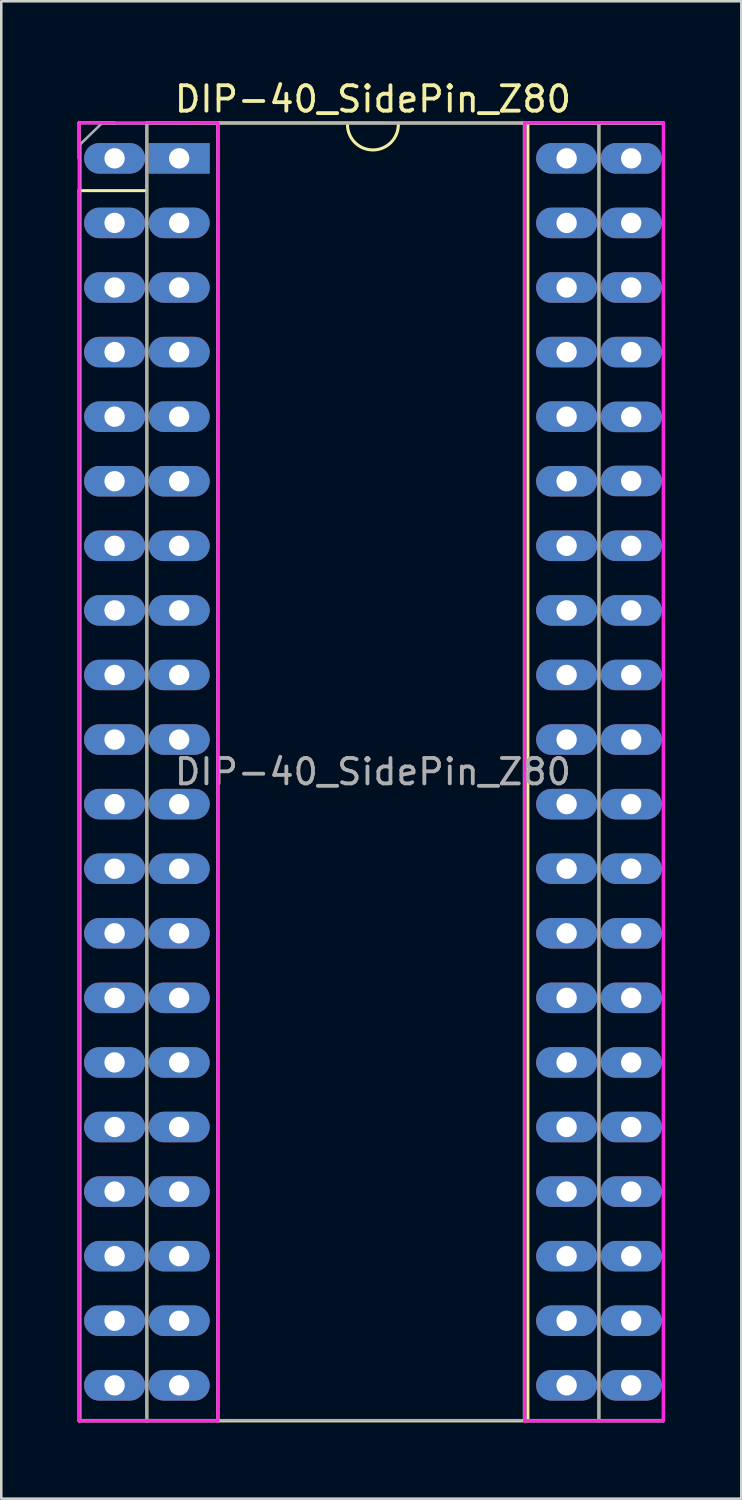
<source format=kicad_pcb>
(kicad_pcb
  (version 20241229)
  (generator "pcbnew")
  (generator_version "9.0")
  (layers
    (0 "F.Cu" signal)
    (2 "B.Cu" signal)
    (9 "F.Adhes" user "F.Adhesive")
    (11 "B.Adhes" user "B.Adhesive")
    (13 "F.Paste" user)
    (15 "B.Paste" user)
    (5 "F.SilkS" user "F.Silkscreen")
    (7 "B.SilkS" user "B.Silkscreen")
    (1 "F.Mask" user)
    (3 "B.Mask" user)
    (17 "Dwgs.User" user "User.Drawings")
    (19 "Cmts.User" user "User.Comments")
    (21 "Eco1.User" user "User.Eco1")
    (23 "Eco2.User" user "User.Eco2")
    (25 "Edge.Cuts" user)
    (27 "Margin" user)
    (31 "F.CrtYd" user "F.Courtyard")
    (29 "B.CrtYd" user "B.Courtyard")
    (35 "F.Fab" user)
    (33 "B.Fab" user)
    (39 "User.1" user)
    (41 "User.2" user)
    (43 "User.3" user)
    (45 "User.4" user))
  (footprint "DIP-40_SidePin_Z80"
    (layer "F.Cu")
    (at 3.997 3.178)
    (property "Reference" "DIP-40_SidePin_Z80" (at 7.62 -2.33 0) (layer "F.SilkS") (effects (font (size 1 1) (thickness 0.15))))
    (attr through_hole allow_missing_courtyard)
    (fp_line (start -3.937 -1.397) (end -2.54 -1.397) (stroke (width 0.12) (type solid)) (layer "F.SilkS"))
    (fp_line (start -3.937 0) (end -3.937 -1.397) (stroke (width 0.12) (type solid)) (layer "F.SilkS"))
    (fp_line (start -3.937 1.27) (end -3.937 49.657) (stroke (width 0.12) (type solid)) (layer "F.SilkS"))
    (fp_line (start -3.937 1.27) (end -1.28 1.27) (stroke (width 0.12) (type solid)) (layer "F.SilkS"))
    (fp_line (start -3.937 49.657) (end 19.047 49.657) (stroke (width 0.12) (type solid)) (layer "F.SilkS"))
    (fp_line (start -1.27 -1.397) (end -1.27 49.657) (stroke (width 0.12) (type solid)) (layer "F.SilkS"))
    (fp_line (start 1.524 -1.397) (end 1.524 49.657) (stroke (width 0.12) (type solid)) (layer "F.SilkS"))
    (fp_line (start 13.716 49.657) (end 13.716 -1.381) (stroke (width 0.12) (type solid)) (layer "F.SilkS"))
    (fp_line (start 16.51 49.657) (end 16.51 -1.391) (stroke (width 0.12) (type solid)) (layer "F.SilkS"))
    (fp_line (start 19.047 1.27) (end 19.047 49.657) (stroke (width 0.12) (type solid)) (layer "F.SilkS"))
    (fp_line (start 19.047 1.27) (end 19.05 -1.391) (stroke (width 0.12) (type solid)) (layer "F.SilkS"))
    (fp_line (start 19.05 -1.391) (end -1.27 -1.397) (stroke (width 0.12) (type solid)) (layer "F.SilkS"))
    (fp_arc (start 8.62 -1.33) (mid 7.62 -0.33) (end 6.62 -1.33) (stroke (width 0.12) (type solid)) (layer "F.SilkS"))
    (fp_line (start -3.937 -1.397) (end -3.937 49.657) (stroke (width 0.12) (type solid)) (layer "F.CrtYd"))
    (fp_line (start -3.937 49.657) (end 1.524 49.657) (stroke (width 0.12) (type solid)) (layer "F.CrtYd"))
    (fp_line (start 1.524 -1.397) (end -3.937 -1.397) (stroke (width 0.12) (type solid)) (layer "F.CrtYd"))
    (fp_line (start 1.524 49.657) (end 1.524 -1.397) (stroke (width 0.12) (type solid)) (layer "F.CrtYd"))
    (fp_line (start 13.589 -1.397) (end 13.589 49.657) (stroke (width 0.12) (type solid)) (layer "F.CrtYd"))
    (fp_line (start 13.589 49.657) (end 19.05 49.657) (stroke (width 0.12) (type solid)) (layer "F.CrtYd"))
    (fp_line (start 19.047 -1.397) (end 13.589 -1.397) (stroke (width 0.12) (type solid)) (layer "F.CrtYd"))
    (fp_line (start 19.05 -1.397) (end 19.05 49.657) (stroke (width 0.12) (type solid)) (layer "F.CrtYd"))
    (fp_line (start -3.894 49.632) (end 19.032 49.632) (stroke (width 0.1) (type solid)) (layer "F.Fab"))
    (fp_line (start -3.889 -0.556) (end -3.048 -1.372) (stroke (width 0.1) (type solid)) (layer "F.Fab"))
    (fp_line (start -3.889 49.632) (end -3.889 -0.559) (stroke (width 0.1) (type solid)) (layer "F.Fab"))
    (fp_line (start -1.27 -1.33) (end -1.27 49.632) (stroke (width 0.1) (type solid)) (layer "F.Fab"))
    (fp_line (start 1.524 49.632) (end 1.524 -1.321) (stroke (width 0.1) (type solid)) (layer "F.Fab"))
    (fp_line (start 13.564 -1.321) (end 13.564 49.632) (stroke (width 0.1) (type solid)) (layer "F.Fab"))
    (fp_line (start 16.51 49.632) (end 16.51 -1.33) (stroke (width 0.1) (type solid)) (layer "F.Fab"))
    (fp_line (start 19.037 -1.372) (end -3.048 -1.372) (stroke (width 0.1) (type solid)) (layer "F.Fab"))
    (fp_line (start 19.037 -1.372) (end 19.037 49.632) (stroke (width 0.1) (type solid)) (layer "F.Fab"))
    (fp_text user "${REFERENCE}" (at 7.62 24.13 0) (layer "F.Fab") (effects (font (size 1 1) (thickness 0.15))))
    (pad "1" thru_hole oval (at -2.54 0) (size 2.4 1.2) (drill 0.8) (layers "*.Cu" "*.Mask"))
    (pad "1" thru_hole rect (at 0 0) (size 2.4 1.2) (drill 0.8) (layers "*.Cu" "*.Mask"))
    (pad "2" thru_hole oval (at -2.54 2.54) (size 2.4 1.2) (drill 0.8) (layers "*.Cu" "*.Mask"))
    (pad "2" thru_hole oval (at 0 2.54) (size 2.4 1.2) (drill 0.8) (layers "*.Cu" "*.Mask"))
    (pad "3" thru_hole oval (at -2.54 5.08) (size 2.4 1.2) (drill 0.8) (layers "*.Cu" "*.Mask"))
    (pad "3" thru_hole oval (at 0 5.08) (size 2.4 1.2) (drill 0.8) (layers "*.Cu" "*.Mask"))
    (pad "4" thru_hole oval (at -2.54 7.62) (size 2.4 1.2) (drill 0.8) (layers "*.Cu" "*.Mask"))
    (pad "4" thru_hole oval (at 0 7.62) (size 2.4 1.2) (drill 0.8) (layers "*.Cu" "*.Mask"))
    (pad "5" thru_hole oval (at -2.54 10.16) (size 2.4 1.2) (drill 0.8) (layers "*.Cu" "*.Mask"))
    (pad "5" thru_hole oval (at 0 10.16) (size 2.4 1.2) (drill 0.8) (layers "*.Cu" "*.Mask"))
    (pad "6" thru_hole oval (at -2.54 12.7) (size 2.4 1.2) (drill 0.8) (layers "*.Cu" "*.Mask"))
    (pad "6" thru_hole oval (at 0 12.7) (size 2.4 1.2) (drill 0.8) (layers "*.Cu" "*.Mask"))
    (pad "7" thru_hole oval (at -2.54 15.24) (size 2.4 1.2) (drill 0.8) (layers "*.Cu" "*.Mask"))
    (pad "7" thru_hole oval (at 0 15.24) (size 2.4 1.2) (drill 0.8) (layers "*.Cu" "*.Mask"))
    (pad "8" thru_hole oval (at -2.54 17.78) (size 2.4 1.2) (drill 0.8) (layers "*.Cu" "*.Mask"))
    (pad "8" thru_hole oval (at 0 17.78) (size 2.4 1.2) (drill 0.8) (layers "*.Cu" "*.Mask"))
    (pad "9" thru_hole oval (at -2.54 20.32) (size 2.4 1.2) (drill 0.8) (layers "*.Cu" "*.Mask"))
    (pad "9" thru_hole oval (at 0 20.32) (size 2.4 1.2) (drill 0.8) (layers "*.Cu" "*.Mask"))
    (pad "10" thru_hole oval (at -2.54 22.86) (size 2.4 1.2) (drill 0.8) (layers "*.Cu" "*.Mask"))
    (pad "10" thru_hole oval (at 0 22.86) (size 2.4 1.2) (drill 0.8) (layers "*.Cu" "*.Mask"))
    (pad "11" thru_hole oval (at -2.54 25.4) (size 2.4 1.2) (drill 0.8) (layers "*.Cu" "*.Mask"))
    (pad "11" thru_hole oval (at 0 25.4) (size 2.4 1.2) (drill 0.8) (layers "*.Cu" "*.Mask"))
    (pad "12" thru_hole oval (at -2.54 27.94) (size 2.4 1.2) (drill 0.8) (layers "*.Cu" "*.Mask"))
    (pad "12" thru_hole oval (at 0 27.94) (size 2.4 1.2) (drill 0.8) (layers "*.Cu" "*.Mask"))
    (pad "13" thru_hole oval (at -2.54 30.48) (size 2.4 1.2) (drill 0.8) (layers "*.Cu" "*.Mask"))
    (pad "13" thru_hole oval (at 0 30.48) (size 2.4 1.2) (drill 0.8) (layers "*.Cu" "*.Mask"))
    (pad "14" thru_hole oval (at -2.54 33.02) (size 2.4 1.2) (drill 0.8) (layers "*.Cu" "*.Mask"))
    (pad "14" thru_hole oval (at 0 33.02) (size 2.4 1.2) (drill 0.8) (layers "*.Cu" "*.Mask"))
    (pad "15" thru_hole oval (at -2.54 35.56) (size 2.4 1.2) (drill 0.8) (layers "*.Cu" "*.Mask"))
    (pad "15" thru_hole oval (at 0 35.56) (size 2.4 1.2) (drill 0.8) (layers "*.Cu" "*.Mask"))
    (pad "16" thru_hole oval (at -2.54 38.1) (size 2.4 1.2) (drill 0.8) (layers "*.Cu" "*.Mask"))
    (pad "16" thru_hole oval (at 0 38.1) (size 2.4 1.2) (drill 0.8) (layers "*.Cu" "*.Mask"))
    (pad "17" thru_hole oval (at -2.54 40.64) (size 2.4 1.2) (drill 0.8) (layers "*.Cu" "*.Mask"))
    (pad "17" thru_hole oval (at 0 40.64) (size 2.4 1.2) (drill 0.8) (layers "*.Cu" "*.Mask"))
    (pad "18" thru_hole oval (at -2.54 43.18) (size 2.4 1.2) (drill 0.8) (layers "*.Cu" "*.Mask"))
    (pad "18" thru_hole oval (at 0 43.18) (size 2.4 1.2) (drill 0.8) (layers "*.Cu" "*.Mask"))
    (pad "19" thru_hole oval (at -2.54 45.72) (size 2.4 1.2) (drill 0.8) (layers "*.Cu" "*.Mask"))
    (pad "19" thru_hole oval (at 0 45.72) (size 2.4 1.2) (drill 0.8) (layers "*.Cu" "*.Mask"))
    (pad "20" thru_hole oval (at -2.54 48.26) (size 2.4 1.2) (drill 0.8) (layers "*.Cu" "*.Mask"))
    (pad "20" thru_hole oval (at 0 48.26) (size 2.4 1.2) (drill 0.8) (layers "*.Cu" "*.Mask"))
    (pad "21" thru_hole oval (at 15.24 48.26) (size 2.4 1.2) (drill 0.8) (layers "*.Cu" "*.Mask"))
    (pad "21" thru_hole oval (at 17.78 48.26) (size 2.4 1.2) (drill 0.8) (layers "*.Cu" "*.Mask"))
    (pad "22" thru_hole oval (at 15.24 45.72) (size 2.4 1.2) (drill 0.8) (layers "*.Cu" "*.Mask"))
    (pad "22" thru_hole oval (at 17.78 45.72) (size 2.4 1.2) (drill 0.8) (layers "*.Cu" "*.Mask"))
    (pad "23" thru_hole oval (at 15.24 43.18) (size 2.4 1.2) (drill 0.8) (layers "*.Cu" "*.Mask"))
    (pad "23" thru_hole oval (at 17.78 43.18) (size 2.4 1.2) (drill 0.8) (layers "*.Cu" "*.Mask"))
    (pad "24" thru_hole oval (at 15.24 40.64) (size 2.4 1.2) (drill 0.8) (layers "*.Cu" "*.Mask"))
    (pad "24" thru_hole oval (at 17.78 40.64) (size 2.4 1.2) (drill 0.8) (layers "*.Cu" "*.Mask"))
    (pad "25" thru_hole oval (at 15.24 38.1) (size 2.4 1.2) (drill 0.8) (layers "*.Cu" "*.Mask"))
    (pad "25" thru_hole oval (at 17.78 38.1) (size 2.4 1.2) (drill 0.8) (layers "*.Cu" "*.Mask"))
    (pad "26" thru_hole oval (at 15.24 35.56) (size 2.4 1.2) (drill 0.8) (layers "*.Cu" "*.Mask"))
    (pad "26" thru_hole oval (at 17.78 35.56) (size 2.4 1.2) (drill 0.8) (layers "*.Cu" "*.Mask"))
    (pad "27" thru_hole oval (at 15.24 33.02) (size 2.4 1.2) (drill 0.8) (layers "*.Cu" "*.Mask"))
    (pad "27" thru_hole oval (at 17.78 33.02) (size 2.4 1.2) (drill 0.8) (layers "*.Cu" "*.Mask"))
    (pad "28" thru_hole oval (at 15.24 30.48) (size 2.4 1.2) (drill 0.8) (layers "*.Cu" "*.Mask"))
    (pad "28" thru_hole oval (at 17.78 30.48) (size 2.4 1.2) (drill 0.8) (layers "*.Cu" "*.Mask"))
    (pad "29" thru_hole oval (at 15.24 27.94) (size 2.4 1.2) (drill 0.8) (layers "*.Cu" "*.Mask"))
    (pad "29" thru_hole oval (at 17.78 27.94) (size 2.4 1.2) (drill 0.8) (layers "*.Cu" "*.Mask"))
    (pad "30" thru_hole oval (at 15.24 25.4) (size 2.4 1.2) (drill 0.8) (layers "*.Cu" "*.Mask"))
    (pad "30" thru_hole oval (at 17.78 25.4) (size 2.4 1.2) (drill 0.8) (layers "*.Cu" "*.Mask"))
    (pad "31" thru_hole oval (at 15.24 22.86) (size 2.4 1.2) (drill 0.8) (layers "*.Cu" "*.Mask"))
    (pad "31" thru_hole oval (at 17.78 22.86) (size 2.4 1.2) (drill 0.8) (layers "*.Cu" "*.Mask"))
    (pad "32" thru_hole oval (at 15.24 20.32) (size 2.4 1.2) (drill 0.8) (layers "*.Cu" "*.Mask"))
    (pad "32" thru_hole oval (at 17.78 20.32) (size 2.4 1.2) (drill 0.8) (layers "*.Cu" "*.Mask"))
    (pad "33" thru_hole oval (at 15.24 17.78) (size 2.4 1.2) (drill 0.8) (layers "*.Cu" "*.Mask"))
    (pad "33" thru_hole oval (at 17.78 17.78) (size 2.4 1.2) (drill 0.8) (layers "*.Cu" "*.Mask"))
    (pad "34" thru_hole oval (at 15.24 15.24) (size 2.4 1.2) (drill 0.8) (layers "*.Cu" "*.Mask"))
    (pad "34" thru_hole oval (at 17.78 15.24) (size 2.4 1.2) (drill 0.8) (layers "*.Cu" "*.Mask"))
    (pad "35" thru_hole oval (at 15.24 12.7) (size 2.4 1.2) (drill 0.8) (layers "*.Cu" "*.Mask"))
    (pad "35" thru_hole oval (at 17.78 12.69) (size 2.4 1.2) (drill 0.8) (layers "*.Cu" "*.Mask"))
    (pad "36" thru_hole oval (at 15.24 10.16) (size 2.4 1.2) (drill 0.8) (layers "*.Cu" "*.Mask"))
    (pad "36" thru_hole oval (at 17.78 10.17) (size 2.4 1.2) (drill 0.8) (layers "*.Cu" "*.Mask"))
    (pad "37" thru_hole oval (at 15.24 7.62) (size 2.4 1.2) (drill 0.8) (layers "*.Cu" "*.Mask"))
    (pad "37" thru_hole oval (at 17.78 7.62) (size 2.4 1.2) (drill 0.8) (layers "*.Cu" "*.Mask"))
    (pad "38" thru_hole oval (at 15.24 5.08) (size 2.4 1.2) (drill 0.8) (layers "*.Cu" "*.Mask"))
    (pad "38" thru_hole oval (at 17.78 5.08) (size 2.4 1.2) (drill 0.8) (layers "*.Cu" "*.Mask"))
    (pad "39" thru_hole oval (at 15.24 2.54) (size 2.4 1.2) (drill 0.8) (layers "*.Cu" "*.Mask"))
    (pad "39" thru_hole oval (at 17.78 2.54) (size 2.4 1.2) (drill 0.8) (layers "*.Cu" "*.Mask"))
    (pad "40" thru_hole oval (at 15.24 0) (size 2.4 1.2) (drill 0.8) (layers "*.Cu" "*.Mask"))
    (pad "40" thru_hole oval (at 17.78 0) (size 2.4 1.2) (drill 0.8) (layers "*.Cu" "*.Mask")))
  (gr_rect
    (start -3 -3)
    (end 26.107 55.895)
    (stroke (width 0.1) (type default))
    (fill no)
    (layer "Edge.Cuts")))
</source>
